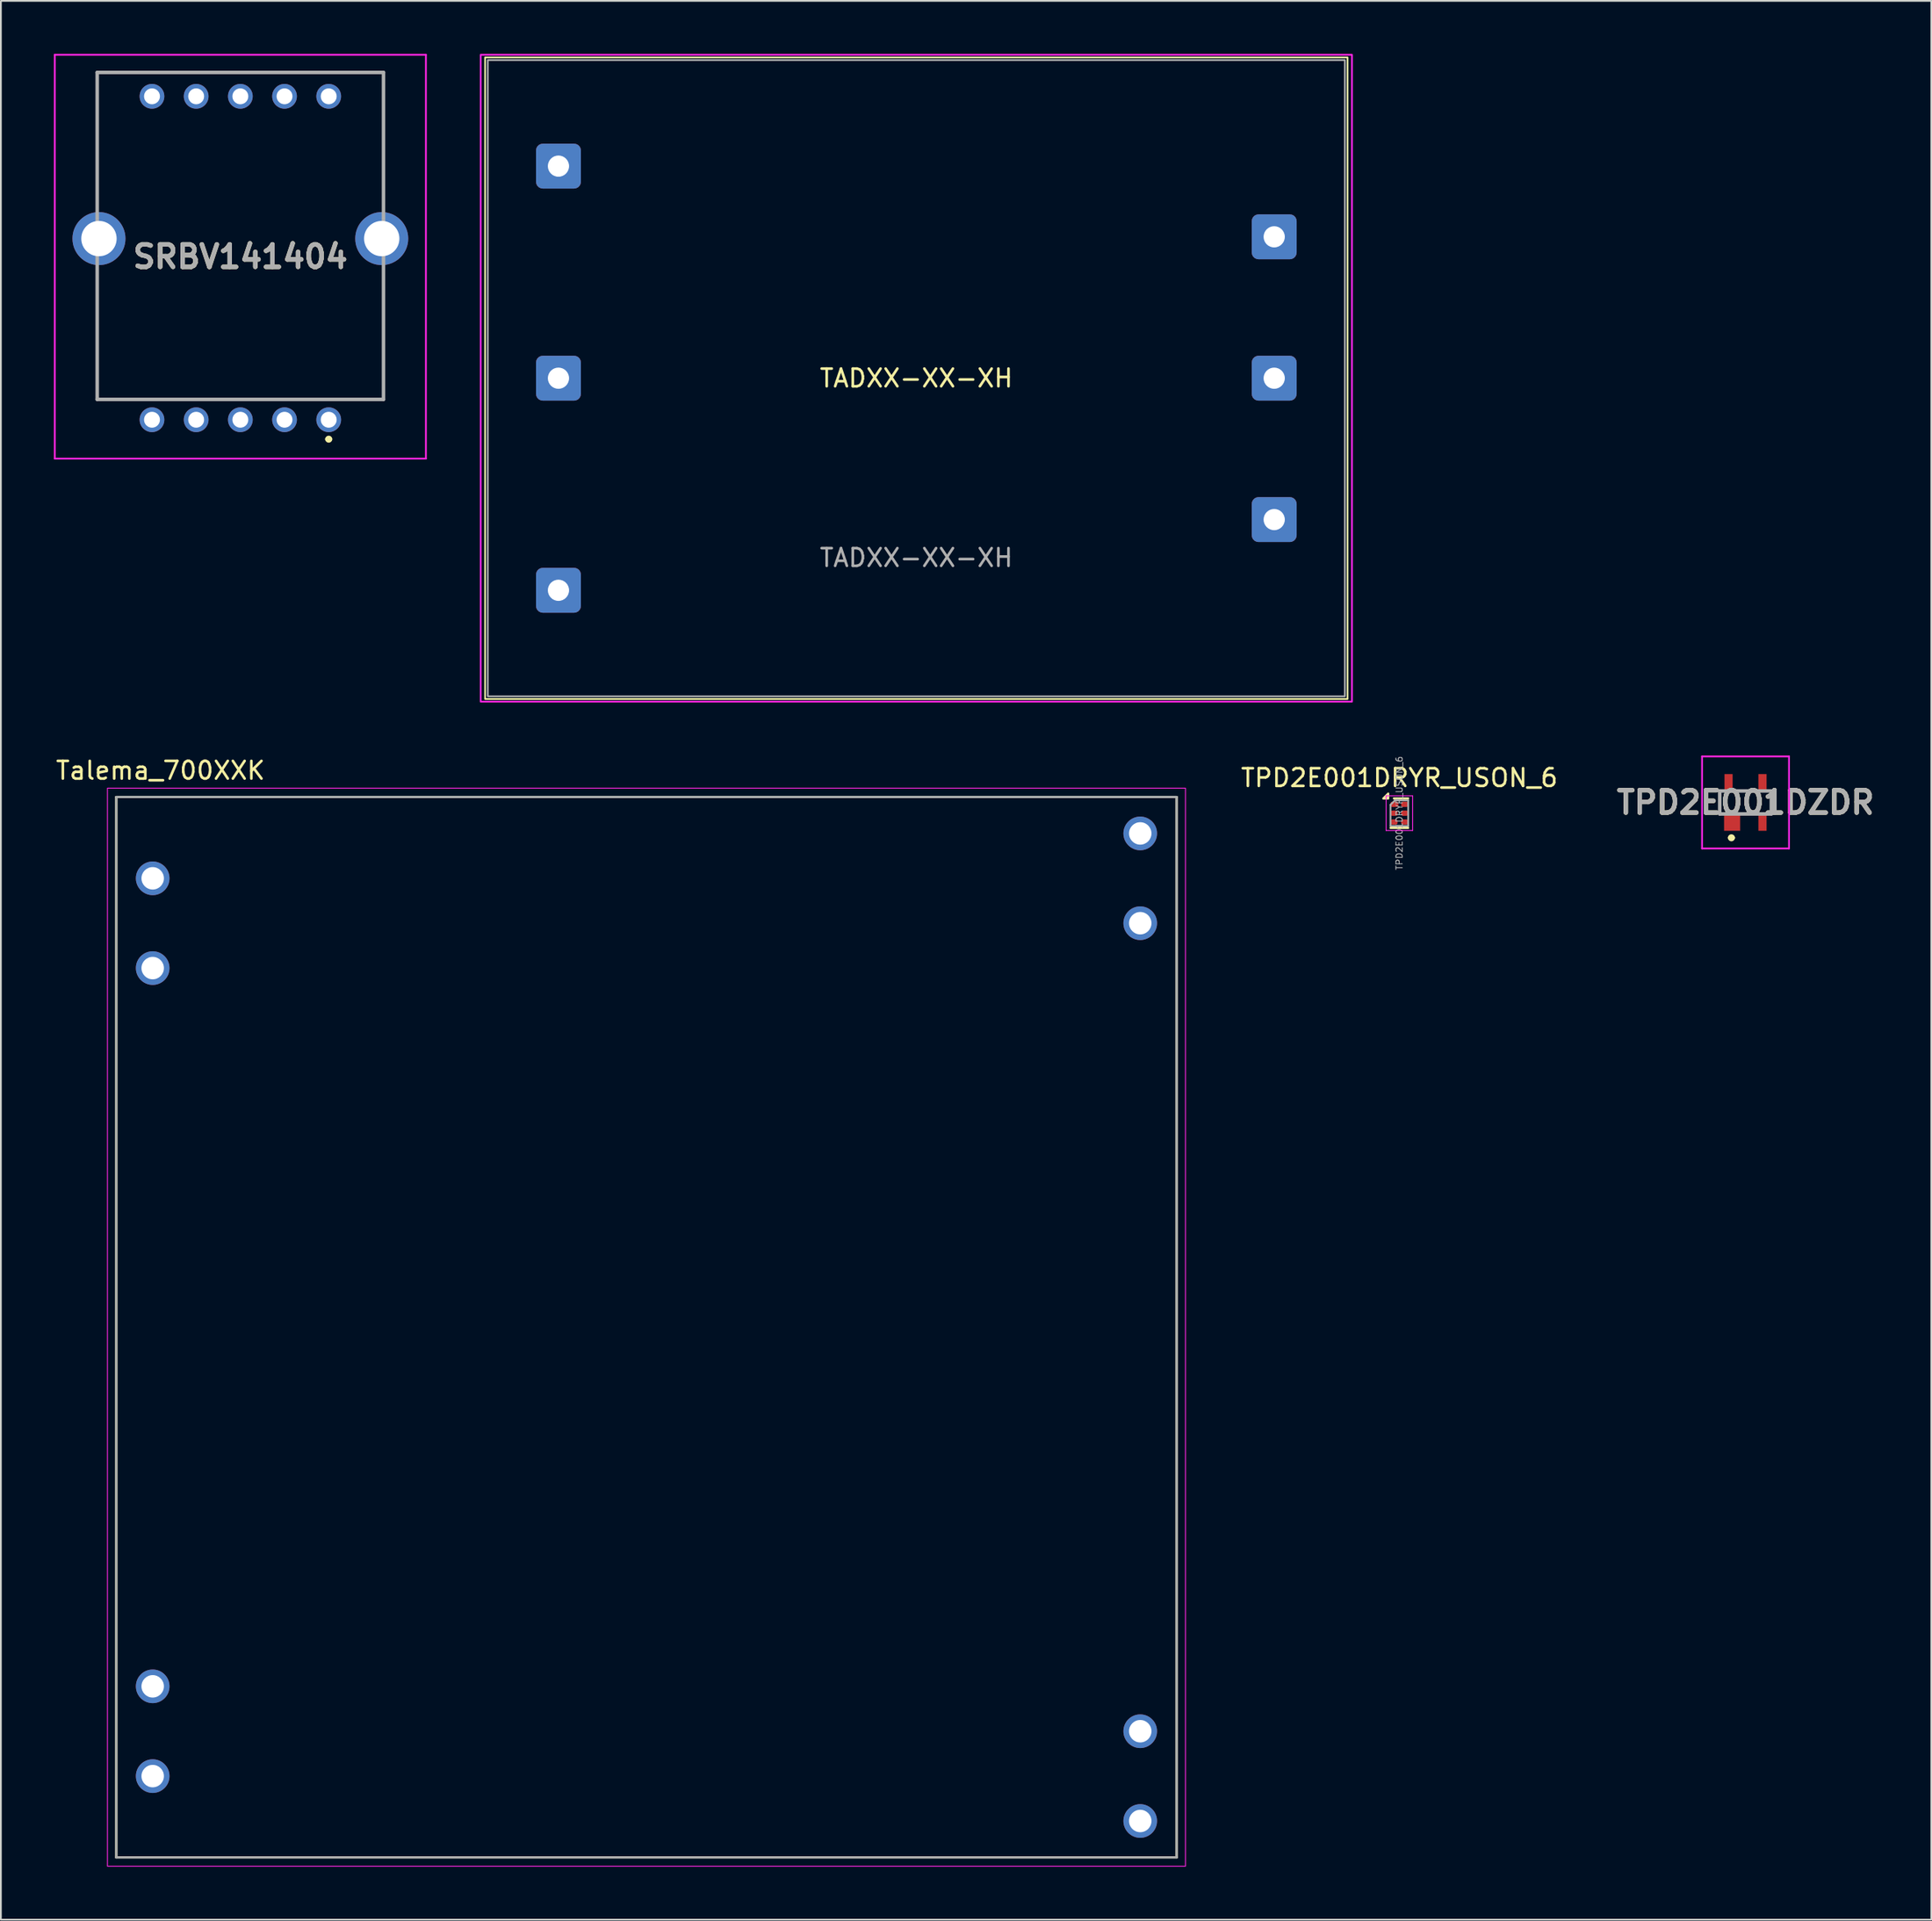
<source format=kicad_pcb>
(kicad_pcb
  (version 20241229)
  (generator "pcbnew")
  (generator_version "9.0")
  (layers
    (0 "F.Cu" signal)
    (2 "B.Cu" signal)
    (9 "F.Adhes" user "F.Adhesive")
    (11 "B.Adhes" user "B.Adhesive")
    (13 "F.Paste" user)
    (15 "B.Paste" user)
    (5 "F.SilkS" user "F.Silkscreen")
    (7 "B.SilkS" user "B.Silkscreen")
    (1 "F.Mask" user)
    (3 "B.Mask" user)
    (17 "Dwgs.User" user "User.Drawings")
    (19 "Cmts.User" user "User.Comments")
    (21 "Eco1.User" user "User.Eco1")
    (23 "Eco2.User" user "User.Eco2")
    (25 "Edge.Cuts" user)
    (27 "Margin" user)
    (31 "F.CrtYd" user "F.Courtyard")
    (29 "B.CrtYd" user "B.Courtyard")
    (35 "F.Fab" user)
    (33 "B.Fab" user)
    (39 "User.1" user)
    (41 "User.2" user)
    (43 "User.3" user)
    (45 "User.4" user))
  (footprint "TPD2E001DRYR_USON_6"
    (layer "F.Cu")
    (at 76.132 42.962)
    (property "Reference" "TPD2E001DRYR_USON_6" (at 0 -2 0) (layer "F.SilkS") (effects (font (size 1 1) (thickness 0.15))))
    (attr smd)
    (fp_line (start -0.5 0.835) (end 0.5 0.835) (stroke (width 0.12) (type solid)) (layer "F.SilkS"))
    (fp_line (start -0.31 -0.835) (end 0.5 -0.835) (stroke (width 0.12) (type solid)) (layer "F.SilkS"))
    (fp_poly (pts (xy -0.63 -0.83) (xy -0.91 -0.83) (xy -0.63 -1.11) (xy -0.63 -0.83)) (stroke (width 0.12) (type solid)) (fill yes) (layer "F.SilkS"))
    (fp_line (start -0.75 -0.98) (end -0.75 0.98) (stroke (width 0.05) (type solid)) (layer "F.CrtYd"))
    (fp_line (start -0.75 0.98) (end 0.75 0.98) (stroke (width 0.05) (type solid)) (layer "F.CrtYd"))
    (fp_line (start 0.75 -0.98) (end -0.75 -0.98) (stroke (width 0.05) (type solid)) (layer "F.CrtYd"))
    (fp_line (start 0.75 0.98) (end 0.75 -0.98) (stroke (width 0.05) (type solid)) (layer "F.CrtYd"))
    (fp_line (start -0.5 -0.475) (end -0.25 -0.725) (stroke (width 0.1) (type solid)) (layer "F.Fab"))
    (fp_line (start -0.5 0.725) (end -0.5 -0.475) (stroke (width 0.1) (type solid)) (layer "F.Fab"))
    (fp_line (start -0.25 -0.725) (end 0.5 -0.725) (stroke (width 0.1) (type solid)) (layer "F.Fab"))
    (fp_line (start 0.5 -0.725) (end 0.5 0.725) (stroke (width 0.1) (type solid)) (layer "F.Fab"))
    (fp_line (start 0.5 0.725) (end -0.5 0.725) (stroke (width 0.1) (type solid)) (layer "F.Fab"))
    (fp_text user "${REFERENCE}" (at 0 0 90) (layer "F.Fab") (effects (font (size 0.36 0.36) (thickness 0.05))))
    (pad "1" smd roundrect (at -0.275 -0.5) (size 0.45 0.3) (layers "F.Cu" "F.Mask" "F.Paste") (roundrect_rratio 0.333))
    (pad "2" smd roundrect (at -0.3 0) (size 0.4 0.3) (layers "F.Cu" "F.Mask" "F.Paste") (roundrect_rratio 0.333))
    (pad "3" smd roundrect (at -0.3 0.5) (size 0.4 0.3) (layers "F.Cu" "F.Mask" "F.Paste") (roundrect_rratio 0.333))
    (pad "4" smd roundrect (at 0.3 0.5) (size 0.4 0.3) (layers "F.Cu" "F.Mask" "F.Paste") (roundrect_rratio 0.333))
    (pad "5" smd roundrect (at 0.3 0) (size 0.4 0.3) (layers "F.Cu" "F.Mask" "F.Paste") (roundrect_rratio 0.333))
    (pad "6" smd roundrect (at 0.3 -0.5) (size 0.4 0.3) (layers "F.Cu" "F.Mask" "F.Paste") (roundrect_rratio 0.333)))
  (footprint "TPD2E001DZDR"
    (layer "F.Cu")
    (at 95.721 42.355)
    (property "Reference" "TPD2E001DZDR" (at 0 0 0) (layer "F.SilkS") (effects (font (size 1.27 1.27) (thickness 0.254))))
    (attr smd)
    (fp_line (start -1.46 -0.65) (end -1.46 0.65) (stroke (width 0.1) (type solid)) (layer "F.SilkS"))
    (fp_line (start -0.9 2) (end -0.9 2) (stroke (width 0.2) (type solid)) (layer "F.SilkS"))
    (fp_line (start -0.7 2) (end -0.7 2) (stroke (width 0.2) (type solid)) (layer "F.SilkS"))
    (fp_line (start 1.46 -0.65) (end 1.46 0.65) (stroke (width 0.1) (type solid)) (layer "F.SilkS"))
    (fp_arc (start -0.9 2) (mid -0.8 1.9) (end -0.7 2) (stroke (width 0.2) (type solid)) (layer "F.SilkS"))
    (fp_arc (start -0.7 2) (mid -0.8 2.1) (end -0.9 2) (stroke (width 0.2) (type solid)) (layer "F.SilkS"))
    (fp_line (start -2.46 -2.605) (end 2.46 -2.605) (stroke (width 0.1) (type solid)) (layer "F.CrtYd"))
    (fp_line (start -2.46 2.605) (end -2.46 -2.605) (stroke (width 0.1) (type solid)) (layer "F.CrtYd"))
    (fp_line (start 2.46 -2.605) (end 2.46 2.605) (stroke (width 0.1) (type solid)) (layer "F.CrtYd"))
    (fp_line (start 2.46 2.605) (end -2.46 2.605) (stroke (width 0.1) (type solid)) (layer "F.CrtYd"))
    (fp_line (start -1.46 -0.65) (end 1.46 -0.65) (stroke (width 0.2) (type solid)) (layer "F.Fab"))
    (fp_line (start -1.46 0.65) (end -1.46 -0.65) (stroke (width 0.2) (type solid)) (layer "F.Fab"))
    (fp_line (start 1.46 -0.65) (end 1.46 0.65) (stroke (width 0.2) (type solid)) (layer "F.Fab"))
    (fp_line (start 1.46 0.65) (end -1.46 0.65) (stroke (width 0.2) (type solid)) (layer "F.Fab"))
    (fp_text user "${REFERENCE}" (at 0 0 0) (layer "F.Fab") (effects (font (size 1.27 1.27) (thickness 0.254))))
    (pad "1" smd rect (at -0.76 1.15) (size 0.91 0.91) (layers "F.Cu" "F.Mask" "F.Paste"))
    (pad "2" smd rect (at 0.96 1.15) (size 0.46 0.91) (layers "F.Cu" "F.Mask" "F.Paste"))
    (pad "3" smd rect (at 0.96 -1.15) (size 0.46 0.91) (layers "F.Cu" "F.Mask" "F.Paste"))
    (pad "4" smd rect (at -0.96 -1.15) (size 0.46 0.91) (layers "F.Cu" "F.Mask" "F.Paste")))
  (footprint "SRBV141404"
    (layer "F.Cu")
    (at 15.55 20.7)
    (property "Reference" "SRBV141404" (at -5 -9.225 0) (layer "F.SilkS") (effects (font (size 1.27 1.27) (thickness 0.254))))
    (attr through_hole)
    (fp_line (start -13.1 -19.65) (end 3 -19.65) (stroke (width 0.1) (type solid)) (layer "F.SilkS"))
    (fp_line (start -13.1 -12.15) (end -13.1 -19.65) (stroke (width 0.1) (type solid)) (layer "F.SilkS"))
    (fp_line (start -13.1 -8.15) (end -13.1 -1.15) (stroke (width 0.1) (type solid)) (layer "F.SilkS"))
    (fp_line (start -13.1 -1.15) (end 3.1 -1.15) (stroke (width 0.1) (type solid)) (layer "F.SilkS"))
    (fp_line (start -0.1 1.1) (end -0.1 1.1) (stroke (width 0.2) (type solid)) (layer "F.SilkS"))
    (fp_line (start 0.1 1.1) (end 0.1 1.1) (stroke (width 0.2) (type solid)) (layer "F.SilkS"))
    (fp_line (start 3 -19.65) (end 3 -19.65) (stroke (width 0.1) (type solid)) (layer "F.SilkS"))
    (fp_line (start 3 -19.65) (end 3.1 -19.65) (stroke (width 0.1) (type solid)) (layer "F.SilkS"))
    (fp_line (start 3.1 -19.65) (end 3.1 -12.15) (stroke (width 0.1) (type solid)) (layer "F.SilkS"))
    (fp_line (start 3.1 -1.15) (end 3.1 -8.15) (stroke (width 0.1) (type solid)) (layer "F.SilkS"))
    (fp_arc (start -0.1 1.1) (mid 0 1) (end 0.1 1.1) (stroke (width 0.2) (type solid)) (layer "F.SilkS"))
    (fp_arc (start 0.1 1.1) (mid 0 1.2) (end -0.1 1.1) (stroke (width 0.2) (type solid)) (layer "F.SilkS"))
    (fp_line (start -15.5 -20.65) (end 5.5 -20.65) (stroke (width 0.1) (type solid)) (layer "F.CrtYd"))
    (fp_line (start -15.5 2.2) (end -15.5 -20.65) (stroke (width 0.1) (type solid)) (layer "F.CrtYd"))
    (fp_line (start 5.5 -20.65) (end 5.5 2.2) (stroke (width 0.1) (type solid)) (layer "F.CrtYd"))
    (fp_line (start 5.5 2.2) (end -15.5 2.2) (stroke (width 0.1) (type solid)) (layer "F.CrtYd"))
    (fp_line (start -13.1 -19.65) (end 3.1 -19.65) (stroke (width 0.2) (type solid)) (layer "F.Fab"))
    (fp_line (start -13.1 -1.15) (end -13.1 -19.65) (stroke (width 0.2) (type solid)) (layer "F.Fab"))
    (fp_line (start 3.1 -19.65) (end 3.1 -1.15) (stroke (width 0.2) (type solid)) (layer "F.Fab"))
    (fp_line (start 3.1 -1.15) (end -13.1 -1.15) (stroke (width 0.2) (type solid)) (layer "F.Fab"))
    (fp_text user "${REFERENCE}" (at -5 -9.225 0) (layer "F.Fab") (effects (font (size 1.27 1.27) (thickness 0.254))))
    (pad "1" thru_hole circle (at 0 0) (size 1.4 1.4) (drill 0.9) (layers "*.Cu" "*.Mask"))
    (pad "2" thru_hole circle (at -2.5 0) (size 1.4 1.4) (drill 0.9) (layers "*.Cu" "*.Mask"))
    (pad "3" thru_hole circle (at -5 0) (size 1.4 1.4) (drill 0.9) (layers "*.Cu" "*.Mask"))
    (pad "4" thru_hole circle (at -7.5 0) (size 1.4 1.4) (drill 0.9) (layers "*.Cu" "*.Mask"))
    (pad "5" thru_hole circle (at -10 0) (size 1.4 1.4) (drill 0.9) (layers "*.Cu" "*.Mask"))
    (pad "6" thru_hole circle (at -10 -18.3) (size 1.4 1.4) (drill 0.9) (layers "*.Cu" "*.Mask"))
    (pad "7" thru_hole circle (at -7.5 -18.3) (size 1.4 1.4) (drill 0.9) (layers "*.Cu" "*.Mask"))
    (pad "8" thru_hole circle (at -5 -18.3) (size 1.4 1.4) (drill 0.9) (layers "*.Cu" "*.Mask"))
    (pad "9" thru_hole circle (at -2.5 -18.3) (size 1.4 1.4) (drill 0.9) (layers "*.Cu" "*.Mask"))
    (pad "10" thru_hole circle (at 0 -18.3) (size 1.4 1.4) (drill 0.9) (layers "*.Cu" "*.Mask"))
    (pad "MH1" thru_hole circle (at -13 -10.25) (size 3 3) (drill 2) (layers "*.Cu" "*.Mask"))
    (pad "MH2" thru_hole circle (at 3 -10.25) (size 3 3) (drill 2) (layers "*.Cu" "*.Mask")))
  (footprint "Talema_700XXK"
    (layer "F.Cu")
    (at 33.53 72.048)
    (property "Reference" "Talema_700XXK" (at -27.5 -31.5 0) (layer "F.SilkS") (effects (font (size 1 1) (thickness 0.15))))
    (attr through_hole)
    (fp_line (start -30 -30) (end 30 -30) (stroke (width 0.127) (type solid)) (layer "F.SilkS"))
    (fp_line (start -30 30) (end -30 -30) (stroke (width 0.127) (type solid)) (layer "F.SilkS"))
    (fp_line (start -30 30) (end 30 30) (stroke (width 0.127) (type solid)) (layer "F.SilkS"))
    (fp_line (start 30 30) (end 30 -30) (stroke (width 0.127) (type solid)) (layer "F.SilkS"))
    (fp_rect (start -30.5 -30.5) (end 30.5 30.5) (stroke (width 0.05) (type default)) (fill no) (layer "F.CrtYd"))
    (fp_line (start -30 -30) (end 30 -30) (stroke (width 0.127) (type solid)) (layer "F.Fab"))
    (fp_line (start -30 30) (end -30 -30) (stroke (width 0.127) (type solid)) (layer "F.Fab"))
    (fp_line (start -30 30) (end 30 30) (stroke (width 0.127) (type solid)) (layer "F.Fab"))
    (fp_line (start 30 30) (end 30 -30) (stroke (width 0.127) (type solid)) (layer "F.Fab"))
    (pad "3" thru_hole circle (at -27.94 25.4) (size 1.905 1.905) (drill 1.27) (layers "*.Cu" "*.Mask"))
    (pad "4" thru_hole circle (at -27.94 20.32) (size 1.905 1.905) (drill 1.27) (layers "*.Cu" "*.Mask"))
    (pad "5" thru_hole circle (at -27.94 -20.32) (size 1.905 1.905) (drill 1.27) (layers "*.Cu" "*.Mask"))
    (pad "6" thru_hole circle (at -27.94 -25.4) (size 1.905 1.905) (drill 1.27) (layers "*.Cu" "*.Mask"))
    (pad "11" thru_hole circle (at 27.94 -27.94) (size 1.905 1.905) (drill 1.27) (layers "*.Cu" "*.Mask"))
    (pad "12" thru_hole circle (at 27.94 -22.86) (size 1.905 1.905) (drill 1.27) (layers "*.Cu" "*.Mask"))
    (pad "15" thru_hole circle (at 27.94 22.86) (size 1.905 1.905) (drill 1.27) (layers "*.Cu" "*.Mask"))
    (pad "16" thru_hole circle (at 27.94 27.94) (size 1.905 1.905) (drill 1.27) (layers "*.Cu" "*.Mask")))
  (footprint "TADXX-XX-XH"
    (layer "F.Cu")
    (at 48.8 18.35)
    (property "Reference" "TADXX-XX-XH" (at 0 0 180) (layer "F.SilkS") (effects (font (size 1 1) (thickness 0.15))))
    (attr through_hole)
    (fp_rect (start -24.4 -18.15) (end 24.4 18.15) (stroke (width 0.1) (type solid)) (fill no) (layer "F.SilkS"))
    (fp_rect (start -24.65 -18.3) (end 24.65 18.3) (stroke (width 0.1) (type solid)) (fill no) (layer "F.CrtYd"))
    (fp_rect (start -24.25 18) (end 24.25 -18) (stroke (width 0.1) (type solid)) (fill no) (layer "F.Fab"))
    (fp_text user "${REFERENCE}" (at 0 10.16 0) (layer "F.Fab") (effects (font (size 1 1) (thickness 0.15))))
    (pad "1" thru_hole roundrect (at -20.25 -12) (size 2.54 2.54) (drill 1.2) (layers "*.Cu" "*.Mask") (roundrect_rratio 0.15))
    (pad "2" thru_hole roundrect (at -20.25 0) (size 2.54 2.54) (drill 1.2) (layers "*.Cu" "*.Mask" "F.Paste") (roundrect_rratio 0.15))
    (pad "3" thru_hole roundrect (at -20.25 12) (size 2.54 2.54) (drill 1.2) (layers "*.Cu" "*.Mask") (roundrect_rratio 0.15))
    (pad "3" thru_hole roundrect (at 20.25 -8) (size 2.54 2.54) (drill 1.2) (layers "*.Cu" "*.Mask") (roundrect_rratio 0.15))
    (pad "3" thru_hole roundrect (at 20.25 0) (size 2.54 2.54) (drill 1.2) (layers "*.Cu" "*.Mask") (roundrect_rratio 0.15))
    (pad "3" thru_hole roundrect (at 20.25 8) (size 2.54 2.54) (drill 1.2) (layers "*.Cu" "*.Mask") (roundrect_rratio 0.15)))
  (gr_rect
    (start -3 -3)
    (end 106.232 105.573)
    (stroke (width 0.1) (type default))
    (fill no)
    (layer "Edge.Cuts")))
</source>
